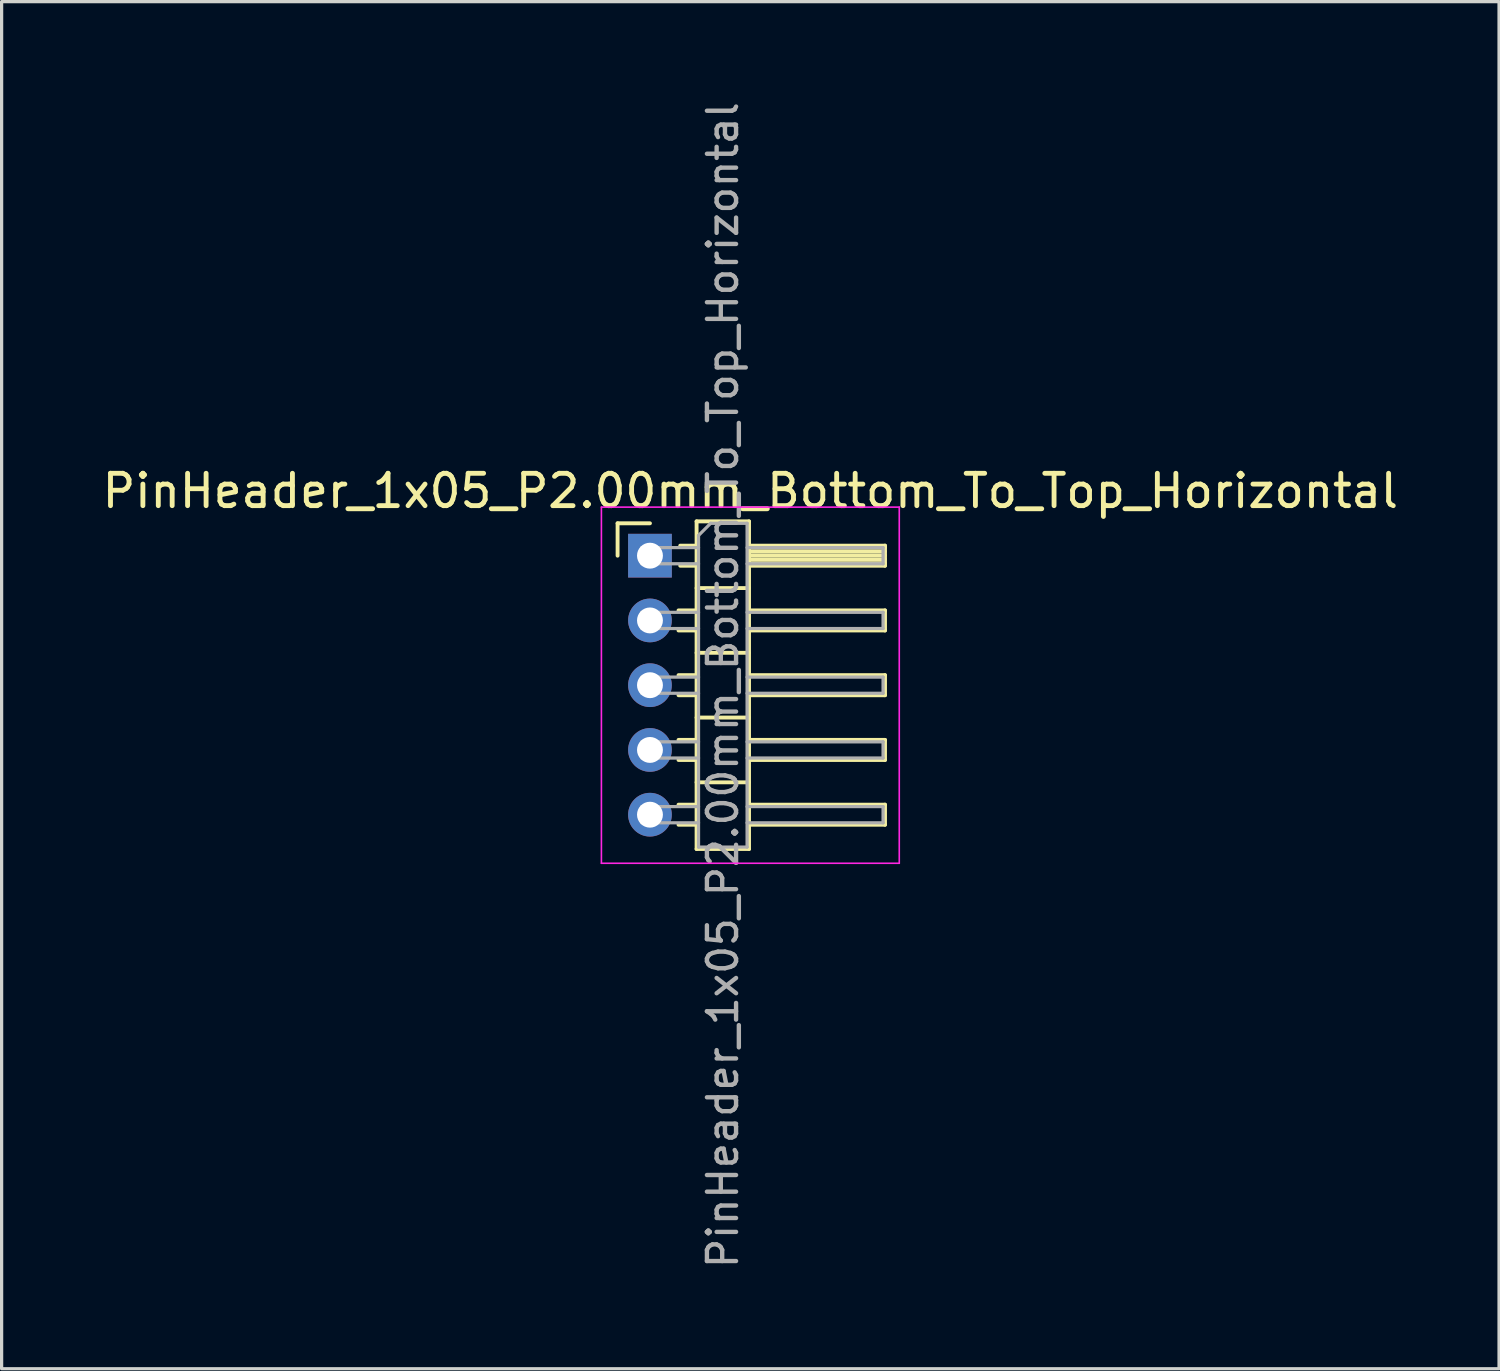
<source format=kicad_pcb>
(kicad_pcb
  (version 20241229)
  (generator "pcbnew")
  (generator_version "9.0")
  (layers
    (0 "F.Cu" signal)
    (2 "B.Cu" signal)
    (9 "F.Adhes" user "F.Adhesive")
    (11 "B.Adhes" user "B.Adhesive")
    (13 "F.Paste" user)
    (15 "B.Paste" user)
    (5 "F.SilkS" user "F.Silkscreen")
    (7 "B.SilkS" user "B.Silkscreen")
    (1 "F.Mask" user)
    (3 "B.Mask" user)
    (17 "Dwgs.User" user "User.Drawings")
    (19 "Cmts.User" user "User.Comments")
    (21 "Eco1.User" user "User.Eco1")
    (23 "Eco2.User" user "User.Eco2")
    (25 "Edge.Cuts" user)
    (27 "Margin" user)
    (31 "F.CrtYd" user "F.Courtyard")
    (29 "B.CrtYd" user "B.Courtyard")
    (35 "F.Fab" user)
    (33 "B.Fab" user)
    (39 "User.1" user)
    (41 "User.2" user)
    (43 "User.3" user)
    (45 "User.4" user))
  (footprint "PinHeader_1x05_P2.00mm_Bottom_To_Top_Horizontal"
    (layer "F.Cu")
    (at 17.025 14.113)
    (property "Reference" "PinHeader_1x05_P2.00mm_Bottom_To_Top_Horizontal" (at 3.1 -2 0) (layer "F.SilkS") (effects (font (size 1 1) (thickness 0.15))))
    (attr through_hole)
    (fp_line (start -1 -1) (end 0 -1) (stroke (width 0.12) (type solid)) (layer "F.SilkS"))
    (fp_line (start -1 0) (end -1 -1) (stroke (width 0.12) (type solid)) (layer "F.SilkS"))
    (fp_line (start 0.882 1.69) (end 1.44 1.69) (stroke (width 0.12) (type solid)) (layer "F.SilkS"))
    (fp_line (start 0.882 2.31) (end 1.44 2.31) (stroke (width 0.12) (type solid)) (layer "F.SilkS"))
    (fp_line (start 0.882 3.69) (end 1.44 3.69) (stroke (width 0.12) (type solid)) (layer "F.SilkS"))
    (fp_line (start 0.882 4.31) (end 1.44 4.31) (stroke (width 0.12) (type solid)) (layer "F.SilkS"))
    (fp_line (start 0.882 5.69) (end 1.44 5.69) (stroke (width 0.12) (type solid)) (layer "F.SilkS"))
    (fp_line (start 0.882 6.31) (end 1.44 6.31) (stroke (width 0.12) (type solid)) (layer "F.SilkS"))
    (fp_line (start 0.882 7.69) (end 1.44 7.69) (stroke (width 0.12) (type solid)) (layer "F.SilkS"))
    (fp_line (start 0.882 8.31) (end 1.44 8.31) (stroke (width 0.12) (type solid)) (layer "F.SilkS"))
    (fp_line (start 0.935 -0.31) (end 1.44 -0.31) (stroke (width 0.12) (type solid)) (layer "F.SilkS"))
    (fp_line (start 0.935 0.31) (end 1.44 0.31) (stroke (width 0.12) (type solid)) (layer "F.SilkS"))
    (fp_line (start 1.44 -1.06) (end 1.44 9.06) (stroke (width 0.12) (type solid)) (layer "F.SilkS"))
    (fp_line (start 1.44 1) (end 3.06 1) (stroke (width 0.12) (type solid)) (layer "F.SilkS"))
    (fp_line (start 1.44 3) (end 3.06 3) (stroke (width 0.12) (type solid)) (layer "F.SilkS"))
    (fp_line (start 1.44 5) (end 3.06 5) (stroke (width 0.12) (type solid)) (layer "F.SilkS"))
    (fp_line (start 1.44 7) (end 3.06 7) (stroke (width 0.12) (type solid)) (layer "F.SilkS"))
    (fp_line (start 1.44 9.06) (end 3.06 9.06) (stroke (width 0.12) (type solid)) (layer "F.SilkS"))
    (fp_line (start 3.06 -1.06) (end 1.44 -1.06) (stroke (width 0.12) (type solid)) (layer "F.SilkS"))
    (fp_line (start 3.06 -0.31) (end 7.26 -0.31) (stroke (width 0.12) (type solid)) (layer "F.SilkS"))
    (fp_line (start 3.06 -0.25) (end 7.26 -0.25) (stroke (width 0.12) (type solid)) (layer "F.SilkS"))
    (fp_line (start 3.06 -0.13) (end 7.26 -0.13) (stroke (width 0.12) (type solid)) (layer "F.SilkS"))
    (fp_line (start 3.06 -0.01) (end 7.26 -0.01) (stroke (width 0.12) (type solid)) (layer "F.SilkS"))
    (fp_line (start 3.06 0.11) (end 7.26 0.11) (stroke (width 0.12) (type solid)) (layer "F.SilkS"))
    (fp_line (start 3.06 0.23) (end 7.26 0.23) (stroke (width 0.12) (type solid)) (layer "F.SilkS"))
    (fp_line (start 3.06 1.69) (end 7.26 1.69) (stroke (width 0.12) (type solid)) (layer "F.SilkS"))
    (fp_line (start 3.06 3.69) (end 7.26 3.69) (stroke (width 0.12) (type solid)) (layer "F.SilkS"))
    (fp_line (start 3.06 5.69) (end 7.26 5.69) (stroke (width 0.12) (type solid)) (layer "F.SilkS"))
    (fp_line (start 3.06 7.69) (end 7.26 7.69) (stroke (width 0.12) (type solid)) (layer "F.SilkS"))
    (fp_line (start 3.06 9.06) (end 3.06 -1.06) (stroke (width 0.12) (type solid)) (layer "F.SilkS"))
    (fp_line (start 7.26 -0.31) (end 7.26 0.31) (stroke (width 0.12) (type solid)) (layer "F.SilkS"))
    (fp_line (start 7.26 0.31) (end 3.06 0.31) (stroke (width 0.12) (type solid)) (layer "F.SilkS"))
    (fp_line (start 7.26 1.69) (end 7.26 2.31) (stroke (width 0.12) (type solid)) (layer "F.SilkS"))
    (fp_line (start 7.26 2.31) (end 3.06 2.31) (stroke (width 0.12) (type solid)) (layer "F.SilkS"))
    (fp_line (start 7.26 3.69) (end 7.26 4.31) (stroke (width 0.12) (type solid)) (layer "F.SilkS"))
    (fp_line (start 7.26 4.31) (end 3.06 4.31) (stroke (width 0.12) (type solid)) (layer "F.SilkS"))
    (fp_line (start 7.26 5.69) (end 7.26 6.31) (stroke (width 0.12) (type solid)) (layer "F.SilkS"))
    (fp_line (start 7.26 6.31) (end 3.06 6.31) (stroke (width 0.12) (type solid)) (layer "F.SilkS"))
    (fp_line (start 7.26 7.69) (end 7.26 8.31) (stroke (width 0.12) (type solid)) (layer "F.SilkS"))
    (fp_line (start 7.26 8.31) (end 3.06 8.31) (stroke (width 0.12) (type solid)) (layer "F.SilkS"))
    (fp_line (start -1.5 -1.5) (end -1.5 9.5) (stroke (width 0.05) (type solid)) (layer "F.CrtYd"))
    (fp_line (start -1.5 9.5) (end 7.7 9.5) (stroke (width 0.05) (type solid)) (layer "F.CrtYd"))
    (fp_line (start 7.7 -1.5) (end -1.5 -1.5) (stroke (width 0.05) (type solid)) (layer "F.CrtYd"))
    (fp_line (start 7.7 9.5) (end 7.7 -1.5) (stroke (width 0.05) (type solid)) (layer "F.CrtYd"))
    (fp_line (start -0.25 -0.25) (end -0.25 0.25) (stroke (width 0.1) (type solid)) (layer "F.Fab"))
    (fp_line (start -0.25 -0.25) (end 1.5 -0.25) (stroke (width 0.1) (type solid)) (layer "F.Fab"))
    (fp_line (start -0.25 0.25) (end 1.5 0.25) (stroke (width 0.1) (type solid)) (layer "F.Fab"))
    (fp_line (start -0.25 1.75) (end -0.25 2.25) (stroke (width 0.1) (type solid)) (layer "F.Fab"))
    (fp_line (start -0.25 1.75) (end 1.5 1.75) (stroke (width 0.1) (type solid)) (layer "F.Fab"))
    (fp_line (start -0.25 2.25) (end 1.5 2.25) (stroke (width 0.1) (type solid)) (layer "F.Fab"))
    (fp_line (start -0.25 3.75) (end -0.25 4.25) (stroke (width 0.1) (type solid)) (layer "F.Fab"))
    (fp_line (start -0.25 3.75) (end 1.5 3.75) (stroke (width 0.1) (type solid)) (layer "F.Fab"))
    (fp_line (start -0.25 4.25) (end 1.5 4.25) (stroke (width 0.1) (type solid)) (layer "F.Fab"))
    (fp_line (start -0.25 5.75) (end -0.25 6.25) (stroke (width 0.1) (type solid)) (layer "F.Fab"))
    (fp_line (start -0.25 5.75) (end 1.5 5.75) (stroke (width 0.1) (type solid)) (layer "F.Fab"))
    (fp_line (start -0.25 6.25) (end 1.5 6.25) (stroke (width 0.1) (type solid)) (layer "F.Fab"))
    (fp_line (start -0.25 7.75) (end -0.25 8.25) (stroke (width 0.1) (type solid)) (layer "F.Fab"))
    (fp_line (start -0.25 7.75) (end 1.5 7.75) (stroke (width 0.1) (type solid)) (layer "F.Fab"))
    (fp_line (start -0.25 8.25) (end 1.5 8.25) (stroke (width 0.1) (type solid)) (layer "F.Fab"))
    (fp_line (start 1.5 -0.625) (end 1.875 -1) (stroke (width 0.1) (type solid)) (layer "F.Fab"))
    (fp_line (start 1.5 9) (end 1.5 -0.625) (stroke (width 0.1) (type solid)) (layer "F.Fab"))
    (fp_line (start 1.875 -1) (end 3 -1) (stroke (width 0.1) (type solid)) (layer "F.Fab"))
    (fp_line (start 3 -1) (end 3 9) (stroke (width 0.1) (type solid)) (layer "F.Fab"))
    (fp_line (start 3 -0.25) (end 7.2 -0.25) (stroke (width 0.1) (type solid)) (layer "F.Fab"))
    (fp_line (start 3 0.25) (end 7.2 0.25) (stroke (width 0.1) (type solid)) (layer "F.Fab"))
    (fp_line (start 3 1.75) (end 7.2 1.75) (stroke (width 0.1) (type solid)) (layer "F.Fab"))
    (fp_line (start 3 2.25) (end 7.2 2.25) (stroke (width 0.1) (type solid)) (layer "F.Fab"))
    (fp_line (start 3 3.75) (end 7.2 3.75) (stroke (width 0.1) (type solid)) (layer "F.Fab"))
    (fp_line (start 3 4.25) (end 7.2 4.25) (stroke (width 0.1) (type solid)) (layer "F.Fab"))
    (fp_line (start 3 5.75) (end 7.2 5.75) (stroke (width 0.1) (type solid)) (layer "F.Fab"))
    (fp_line (start 3 6.25) (end 7.2 6.25) (stroke (width 0.1) (type solid)) (layer "F.Fab"))
    (fp_line (start 3 7.75) (end 7.2 7.75) (stroke (width 0.1) (type solid)) (layer "F.Fab"))
    (fp_line (start 3 8.25) (end 7.2 8.25) (stroke (width 0.1) (type solid)) (layer "F.Fab"))
    (fp_line (start 3 9) (end 1.5 9) (stroke (width 0.1) (type solid)) (layer "F.Fab"))
    (fp_line (start 7.2 -0.25) (end 7.2 0.25) (stroke (width 0.1) (type solid)) (layer "F.Fab"))
    (fp_line (start 7.2 1.75) (end 7.2 2.25) (stroke (width 0.1) (type solid)) (layer "F.Fab"))
    (fp_line (start 7.2 3.75) (end 7.2 4.25) (stroke (width 0.1) (type solid)) (layer "F.Fab"))
    (fp_line (start 7.2 5.75) (end 7.2 6.25) (stroke (width 0.1) (type solid)) (layer "F.Fab"))
    (fp_line (start 7.2 7.75) (end 7.2 8.25) (stroke (width 0.1) (type solid)) (layer "F.Fab"))
    (fp_text user "${REFERENCE}" (at 2.25 4 90) (layer "F.Fab") (effects (font (size 0.9 0.9) (thickness 0.135))))
    (pad "1" thru_hole oval (at 0 8) (size 1.35 1.35) (drill 0.8) (layers "*.Cu" "*.Mask"))
    (pad "2" thru_hole oval (at 0 6) (size 1.35 1.35) (drill 0.8) (layers "*.Cu" "*.Mask"))
    (pad "3" thru_hole oval (at 0 4) (size 1.35 1.35) (drill 0.8) (layers "*.Cu" "*.Mask"))
    (pad "4" thru_hole oval (at 0 2) (size 1.35 1.35) (drill 0.8) (layers "*.Cu" "*.Mask"))
    (pad "5" thru_hole rect (at 0 0) (size 1.35 1.35) (drill 0.8) (layers "*.Cu" "*.Mask")))
  (gr_rect
    (start -3 -3)
    (end 43.25 39.225)
    (stroke (width 0.1) (type default))
    (fill no)
    (layer "Edge.Cuts")))
</source>
